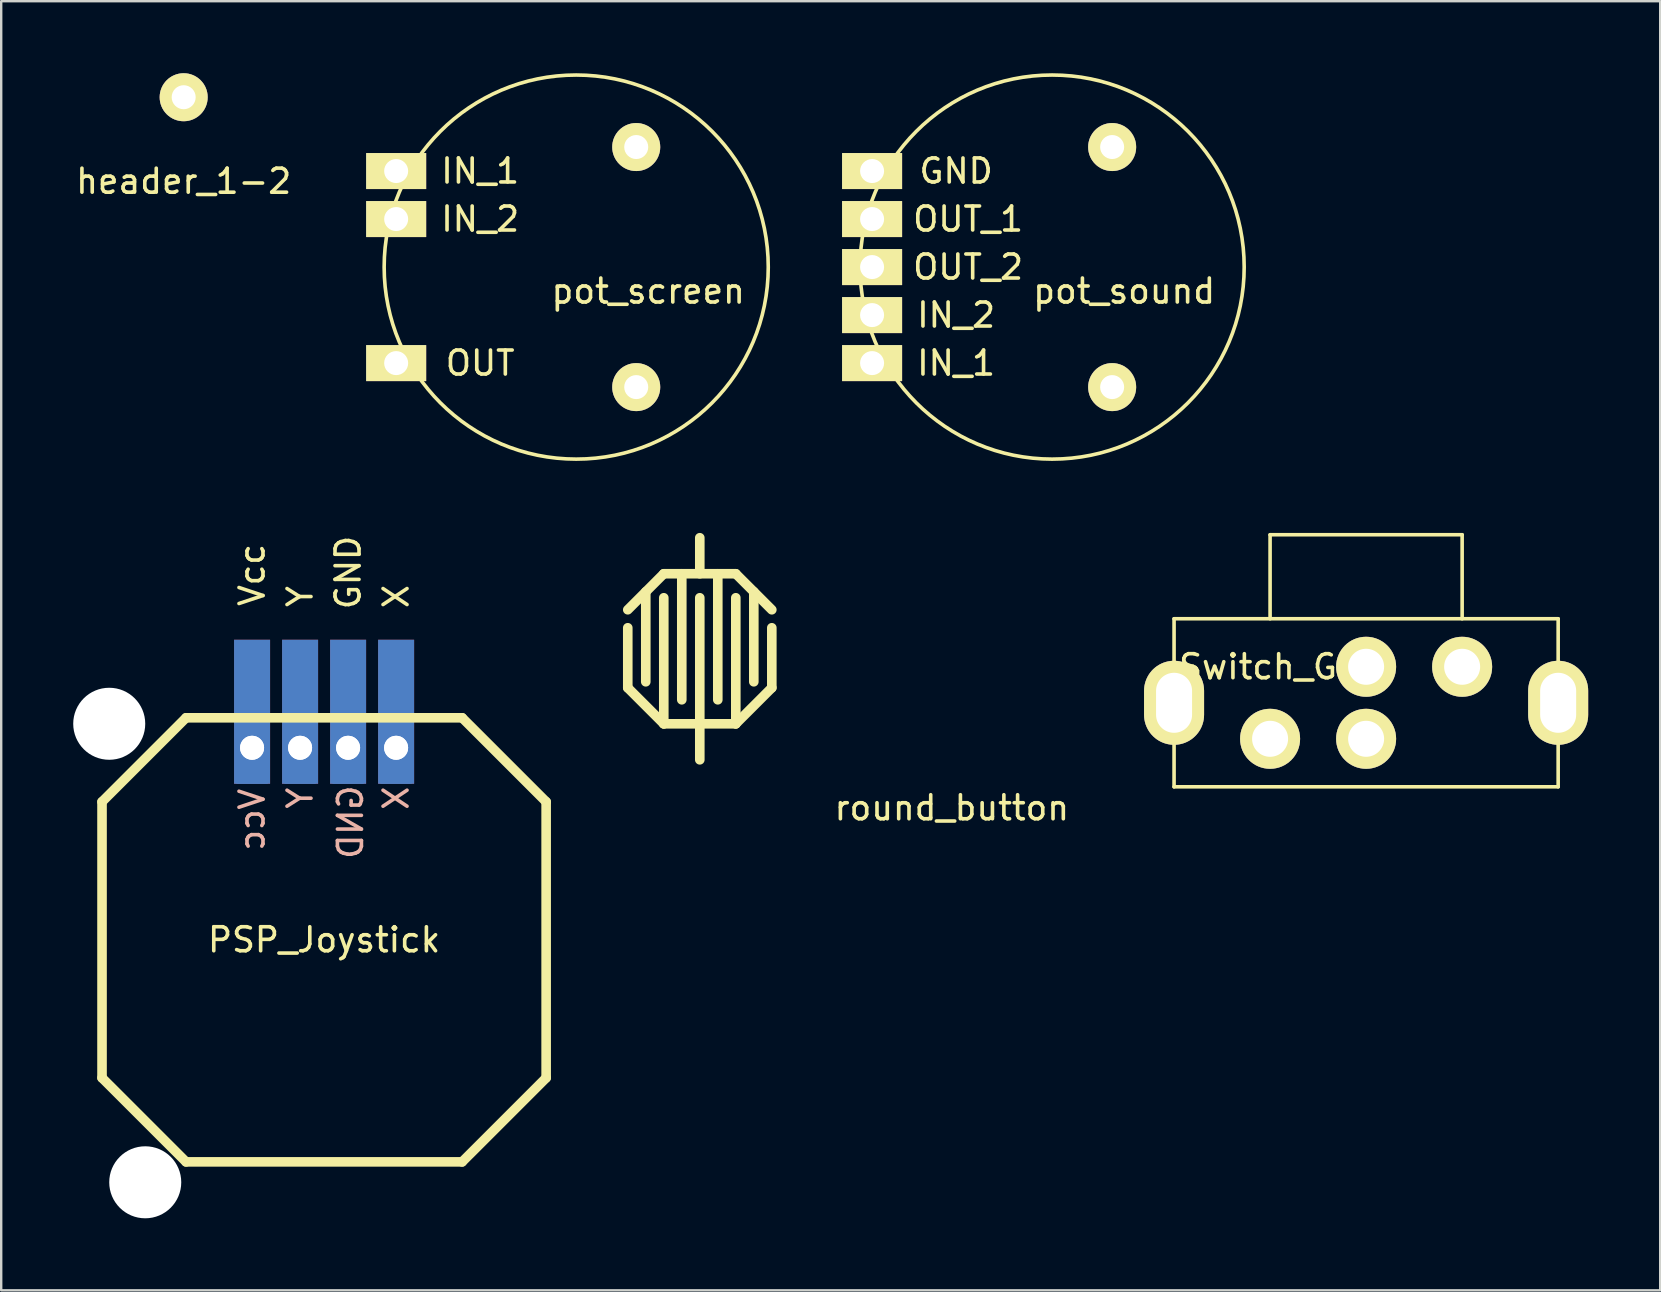
<source format=kicad_pcb>
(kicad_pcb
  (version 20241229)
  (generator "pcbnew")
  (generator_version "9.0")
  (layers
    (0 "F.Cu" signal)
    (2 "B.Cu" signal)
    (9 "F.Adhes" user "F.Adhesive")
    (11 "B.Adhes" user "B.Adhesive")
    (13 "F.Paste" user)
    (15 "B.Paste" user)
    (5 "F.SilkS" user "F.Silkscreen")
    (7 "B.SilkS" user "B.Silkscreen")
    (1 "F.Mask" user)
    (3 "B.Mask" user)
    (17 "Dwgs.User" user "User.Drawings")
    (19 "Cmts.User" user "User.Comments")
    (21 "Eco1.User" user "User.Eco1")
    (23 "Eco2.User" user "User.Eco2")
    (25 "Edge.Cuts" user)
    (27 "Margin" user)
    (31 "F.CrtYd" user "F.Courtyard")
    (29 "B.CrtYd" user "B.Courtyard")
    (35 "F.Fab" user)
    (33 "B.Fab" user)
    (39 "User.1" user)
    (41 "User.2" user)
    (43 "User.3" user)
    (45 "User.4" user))
  (footprint "Switch_GB"
    (layer "F.Cu")
    (at 53.856 26.225)
    (property "Reference" "Switch_GB" (at -4 -1.5 0) (layer "F.SilkS") (effects (font (size 1 1) (thickness 0.15))))
    (attr through_hole)
    (fp_line (start -8 -3.5) (end 8 -3.5) (stroke (width 0.15) (type solid)) (layer "F.SilkS"))
    (fp_line (start -8 3.5) (end -8 -3.5) (stroke (width 0.15) (type solid)) (layer "F.SilkS"))
    (fp_line (start -4 -7) (end -4 -3.5) (stroke (width 0.15) (type solid)) (layer "F.SilkS"))
    (fp_line (start 4 -7) (end -4 -7) (stroke (width 0.15) (type solid)) (layer "F.SilkS"))
    (fp_line (start 4 -3.5) (end 4 -7) (stroke (width 0.15) (type solid)) (layer "F.SilkS"))
    (fp_line (start 8 -3.5) (end 8 3.5) (stroke (width 0.15) (type solid)) (layer "F.SilkS"))
    (fp_line (start 8 3.5) (end -8 3.5) (stroke (width 0.15) (type solid)) (layer "F.SilkS"))
    (pad "" thru_hole oval (at -8 0) (size 2.5 3.5) (drill oval 1.5 2.5) (layers "*.Cu" "*.Mask" "F.SilkS"))
    (pad "" thru_hole oval (at 8 0) (size 2.5 3.5) (drill oval 1.5 2.5) (layers "*.Cu" "*.Mask" "F.SilkS"))
    (pad "1" thru_hole circle (at 0 -1.5) (size 2.5 2.5) (drill 1.5) (layers "*.Cu" "*.Mask" "F.SilkS"))
    (pad "2" thru_hole circle (at 4 -1.5) (size 2.5 2.5) (drill 1.5) (layers "*.Cu" "*.Mask" "F.SilkS"))
    (pad "3" thru_hole circle (at -4 1.5) (size 2.5 2.5) (drill 1.5) (layers "*.Cu" "*.Mask" "F.SilkS"))
    (pad "4" thru_hole circle (at 0 1.5) (size 2.5 2.5) (drill 1.5) (layers "*.Cu" "*.Mask" "F.SilkS")))
  (footprint "header_1-2"
    (layer "F.Cu")
    (at 4.601 1)
    (property "Reference" "header_1-2" (at 0 3.5 0) (layer "F.SilkS") (effects (font (size 1 1) (thickness 0.15))))
    (attr through_hole)
    (pad "1" thru_hole circle (at 0 0) (size 2 2) (drill 1) (layers "*.Cu" "*.Mask" "F.SilkS")))
  (footprint "round_button"
    (layer "F.Cu")
    (at 26.1 25.85)
    (property "Reference" "round_button" (at 10.5 4.75 0) (layer "F.SilkS") (effects (font (size 1 1) (thickness 0.15))))
    (attr through_hole)
    (fp_line (start -3 -2.75) (end -3 -0.25) (stroke (width 0.4) (type solid)) (layer "F.SilkS"))
    (fp_line (start -2.25 -4.25) (end -2.25 -0.5) (stroke (width 0.4) (type solid)) (layer "F.SilkS"))
    (fp_line (start -1.5 -5) (end -3 -3.5) (stroke (width 0.4) (type solid)) (layer "F.SilkS"))
    (fp_line (start -1.5 -5) (end 1.5 -5) (stroke (width 0.4) (type solid)) (layer "F.SilkS"))
    (fp_line (start -1.5 -4) (end -1.5 1.25) (stroke (width 0.4) (type solid)) (layer "F.SilkS"))
    (fp_line (start -1.5 1.25) (end -3 -0.25) (stroke (width 0.4) (type solid)) (layer "F.SilkS"))
    (fp_line (start -1.5 1.25) (end 1.5 1.25) (stroke (width 0.4) (type solid)) (layer "F.SilkS"))
    (fp_line (start -0.75 -5) (end -0.75 0.25) (stroke (width 0.4) (type solid)) (layer "F.SilkS"))
    (fp_line (start 0 -5) (end 0 -6.5) (stroke (width 0.4) (type solid)) (layer "F.SilkS"))
    (fp_line (start 0 -4) (end 0 1.25) (stroke (width 0.4) (type solid)) (layer "F.SilkS"))
    (fp_line (start 0 2.75) (end 0 1.25) (stroke (width 0.4) (type solid)) (layer "F.SilkS"))
    (fp_line (start 0.75 -5) (end 0.75 0.25) (stroke (width 0.4) (type solid)) (layer "F.SilkS"))
    (fp_line (start 1.5 -5) (end 3 -3.5) (stroke (width 0.4) (type solid)) (layer "F.SilkS"))
    (fp_line (start 1.5 -4) (end 1.5 1.25) (stroke (width 0.4) (type solid)) (layer "F.SilkS"))
    (fp_line (start 1.5 1.25) (end 3 -0.25) (stroke (width 0.4) (type solid)) (layer "F.SilkS"))
    (fp_line (start 2.25 -4.25) (end 2.25 -0.5) (stroke (width 0.4) (type solid)) (layer "F.SilkS"))
    (fp_line (start 3 -2.75) (end 3 -0.25) (stroke (width 0.4) (type solid)) (layer "F.SilkS")))
  (footprint "PSP_Joystick"
    (layer "F.Cu")
    (at 10.45 36.099)
    (property "Reference" "PSP_Joystick" (at 0 0 0) (layer "F.SilkS") (effects (font (size 1 1) (thickness 0.15))))
    (attr through_hole)
    (fp_line (start -9.25 -5.75) (end -5.75 -9.25) (stroke (width 0.4) (type solid)) (layer "F.SilkS"))
    (fp_line (start -9.25 5.75) (end -9.25 -5.75) (stroke (width 0.4) (type solid)) (layer "F.SilkS"))
    (fp_line (start -5.75 -9.25) (end 5.75 -9.25) (stroke (width 0.4) (type solid)) (layer "F.SilkS"))
    (fp_line (start -5.75 9.25) (end -9.25 5.75) (stroke (width 0.4) (type solid)) (layer "F.SilkS"))
    (fp_line (start 5.75 -9.25) (end 9.25 -5.75) (stroke (width 0.4) (type solid)) (layer "F.SilkS"))
    (fp_line (start 5.75 9.25) (end -5.75 9.25) (stroke (width 0.4) (type solid)) (layer "F.SilkS"))
    (fp_line (start 9.25 -5.75) (end 9.25 5.75) (stroke (width 0.4) (type solid)) (layer "F.SilkS"))
    (fp_line (start 9.25 5.75) (end 5.75 9.25) (stroke (width 0.4) (type solid)) (layer "F.SilkS"))
    (fp_text user "Vcc" (at -3 -15.2 90) (layer "F.SilkS") (effects (font (size 1 1) (thickness 0.15))))
    (fp_text user "GND" (at 1 -15.3 90) (layer "F.SilkS") (effects (font (size 1 1) (thickness 0.15))))
    (fp_text user "X" (at 3 -14.3 90) (layer "F.SilkS") (effects (font (size 1 1) (thickness 0.15))))
    (fp_text user "Y" (at -1 -14.3 90) (layer "F.SilkS") (effects (font (size 1 1) (thickness 0.15))))
    (fp_text user "X" (at 3 -5.9 270) (layer "B.SilkS") (effects (font (size 1 1) (thickness 0.15)) (justify mirror)))
    (fp_text user "GND" (at 1.1 -4.9 270) (layer "B.SilkS") (effects (font (size 1 1) (thickness 0.15)) (justify mirror)))
    (fp_text user "Vcc" (at -3 -5 270) (layer "B.SilkS") (effects (font (size 1 1) (thickness 0.15)) (justify mirror)))
    (fp_text user "Y" (at -1 -5.9 270) (layer "B.SilkS") (effects (font (size 1 1) (thickness 0.15)) (justify mirror)))
    (pad "" np_thru_hole circle (at -8.95 -9) (size 3 3) (drill 3) (layers "*.Cu"))
    (pad "" np_thru_hole circle (at -7.45 10.1) (size 3 3) (drill 3) (layers "*.Cu"))
    (pad "" thru_hole rect (at -3 -8) (size 1.3 3) (drill 1) (layers "B.Cu" "B.Mask"))
    (pad "" thru_hole rect (at -1 -8) (size 1.3 3) (drill 1) (layers "B.Cu" "B.Mask"))
    (pad "" thru_hole rect (at 1 -8) (size 1.3 3) (drill 1) (layers "B.Cu" "B.Mask"))
    (pad "" thru_hole rect (at 3 -8) (size 1.3 3) (drill 1) (layers "B.Cu" "B.Mask"))
    (pad "1" thru_hole rect (at -3 -8) (size 1.5 6) (drill 1 (offset 0 -1.5)) (layers "F.Cu" "F.Mask" "F.Paste"))
    (pad "2" thru_hole rect (at -1 -8) (size 1.5 6) (drill 1 (offset 0 -1.5)) (layers "F.Cu" "F.Mask" "F.Paste"))
    (pad "3" thru_hole rect (at 1 -8) (size 1.5 6) (drill 1 (offset 0 -1.5)) (layers "F.Cu" "F.Mask" "F.Paste"))
    (pad "4" thru_hole rect (at 3 -8) (size 1.5 6) (drill 1 (offset 0 -1.5)) (layers "F.Cu" "F.Mask" "F.Paste")))
  (footprint "pot_sound"
    (layer "F.Cu")
    (at 40.777 8.075)
    (property "Reference" "pot_sound" (at 3 1 0) (layer "F.SilkS") (effects (font (size 1 1) (thickness 0.15))))
    (attr through_hole)
    (fp_circle (center 0 0) (end 8 0) (stroke (width 0.15) (type solid)) (fill no) (layer "F.SilkS"))
    (fp_text user "IN_2" (at -4 2 0) (layer "F.SilkS") (effects (font (size 1 1) (thickness 0.15))))
    (fp_text user "OUT_1" (at -3.5 -2 0) (layer "F.SilkS") (effects (font (size 1 1) (thickness 0.15))))
    (fp_text user "IN_1" (at -4 4 0) (layer "F.SilkS") (effects (font (size 1 1) (thickness 0.15))))
    (fp_text user "GND" (at -4 -4 0) (layer "F.SilkS") (effects (font (size 1 1) (thickness 0.15))))
    (fp_text user "OUT_2" (at -3.5 0 0) (layer "F.SilkS") (effects (font (size 1 1) (thickness 0.15))))
    (pad "" thru_hole circle (at 2.5 -5) (size 2 2) (drill 1) (layers "*.Cu" "*.Mask" "F.SilkS"))
    (pad "" thru_hole circle (at 2.5 5) (size 2 2) (drill 1) (layers "*.Cu" "*.Mask" "F.SilkS"))
    (pad "1" thru_hole rect (at -7.5 4) (size 2.5 1.5) (drill 1) (layers "*.Cu" "*.Mask" "F.SilkS"))
    (pad "2" thru_hole rect (at -7.5 2) (size 2.5 1.5) (drill 1) (layers "*.Cu" "*.Mask" "F.SilkS"))
    (pad "3" thru_hole rect (at -7.5 0) (size 2.5 1.5) (drill 1) (layers "*.Cu" "*.Mask" "F.SilkS"))
    (pad "4" thru_hole rect (at -7.5 -2) (size 2.5 1.5) (drill 1) (layers "*.Cu" "*.Mask" "F.SilkS"))
    (pad "5" thru_hole rect (at -7.5 -4) (size 2.5 1.5) (drill 1) (layers "*.Cu" "*.Mask" "F.SilkS")))
  (footprint "pot_screen"
    (layer "F.Cu")
    (at 20.952 8.075)
    (property "Reference" "pot_screen" (at 3 1 0) (layer "F.SilkS") (effects (font (size 1 1) (thickness 0.15))))
    (attr through_hole)
    (fp_circle (center 0 0) (end 8 0) (stroke (width 0.15) (type solid)) (fill no) (layer "F.SilkS"))
    (fp_text user "IN_1" (at -4 -4 0) (layer "F.SilkS") (effects (font (size 1 1) (thickness 0.15))))
    (fp_text user "OUT" (at -4 4 0) (layer "F.SilkS") (effects (font (size 1 1) (thickness 0.15))))
    (fp_text user "IN_2" (at -4 -2 0) (layer "F.SilkS") (effects (font (size 1 1) (thickness 0.15))))
    (pad "" thru_hole circle (at 2.5 -5) (size 2 2) (drill 1) (layers "*.Cu" "*.Mask" "F.SilkS"))
    (pad "" thru_hole circle (at 2.5 5) (size 2 2) (drill 1) (layers "*.Cu" "*.Mask" "F.SilkS"))
    (pad "1" thru_hole rect (at -7.5 -4) (size 2.5 1.5) (drill 1) (layers "*.Cu" "*.Mask" "F.SilkS"))
    (pad "2" thru_hole rect (at -7.5 -2) (size 2.5 1.5) (drill 1) (layers "*.Cu" "*.Mask" "F.SilkS"))
    (pad "3" thru_hole rect (at -7.5 4) (size 2.5 1.5) (drill 1) (layers "*.Cu" "*.Mask" "F.SilkS")))
  (gr_rect
    (start -3 -3)
    (end 66.106 50.699)
    (stroke (width 0.1) (type default))
    (fill no)
    (layer "Edge.Cuts")))
</source>
